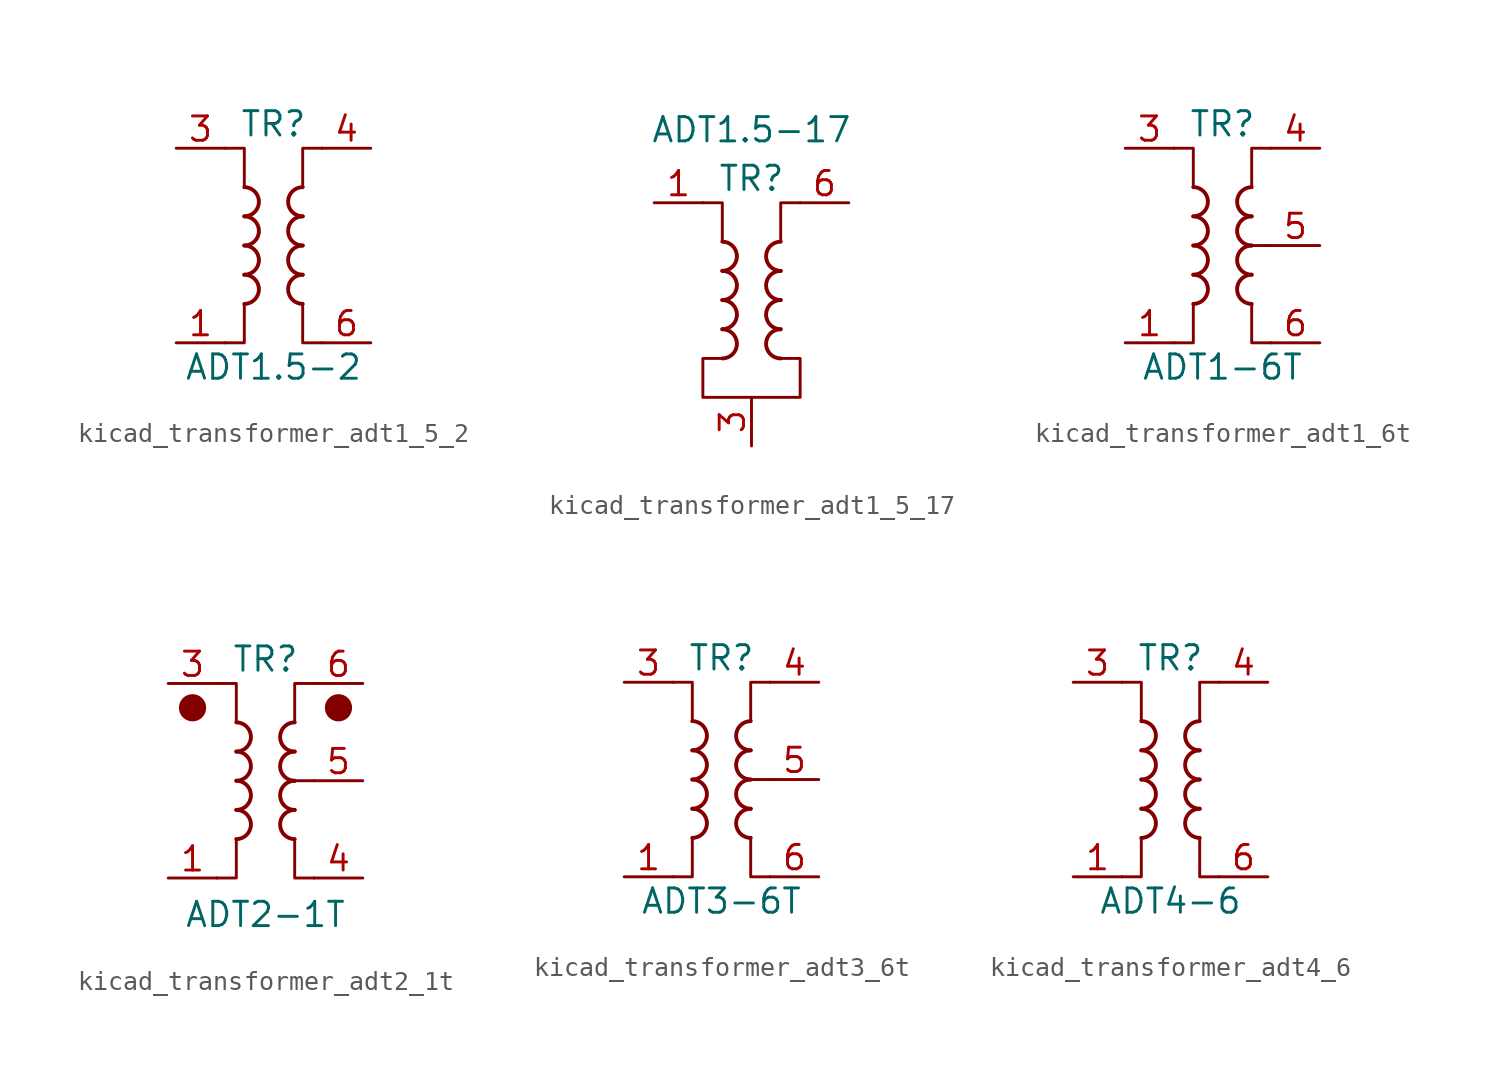
<source format=kicad_sym>
(kicad_symbol_lib
  (version 20220914)
  (generator kicad_symbol_editor)
  (symbol "kicad_transformer_adt1_5_2"
    (pin_names hide)
    (property "Reference" "TR"
      (at 0 6.35 0)
      (effects (font (size 1.27 1.27))))
    (property "Value" "ADT1.5-2"
      (at 0 -6.35 0)
      (effects (font (size 1.27 1.27))))
    (symbol "kicad_transformer_adt1_5_2_0_1"
      (arc (start -1.524 -3.048) (mid -0.7653 -2.286) (end -1.524 -1.524) (stroke (width 0.2032) (type default)) (fill (type none)))
      (arc (start -1.524 -1.524) (mid -0.7653 -0.762) (end -1.524 0) (stroke (width 0.2032) (type default)) (fill (type none)))
      (arc (start -1.524 0) (mid -0.7653 0.762) (end -1.524 1.524) (stroke (width 0.2032) (type default)) (fill (type none)))
      (arc (start -1.524 1.524) (mid -0.7653 2.286) (end -1.524 3.048) (stroke (width 0.2032) (type default)) (fill (type none)))
      (polyline (pts (xy -2.54 5.08) (xy -1.524 5.08) (xy -1.524 3.048)) (stroke (width 0.152) (type default)) (fill (type none)))
      (polyline (pts (xy -1.524 -3.048) (xy -1.524 -5.08) (xy -2.54 -5.08)) (stroke (width 0.152) (type default)) (fill (type none)))
      (polyline (pts (xy 1.524 3.048) (xy 1.524 5.08) (xy 2.54 5.08)) (stroke (width 0.152) (type default)) (fill (type none)))
      (polyline (pts (xy 2.54 -5.08) (xy 1.524 -5.08) (xy 1.524 -3.048)) (stroke (width 0.152) (type default)) (fill (type none)))
      (arc (start 1.524 -1.524) (mid 0.7653 -2.286) (end 1.524 -3.048) (stroke (width 0.2032) (type default)) (fill (type none)))
      (arc (start 1.524 0) (mid 0.7653 -0.762) (end 1.524 -1.524) (stroke (width 0.2032) (type default)) (fill (type none)))
      (arc (start 1.524 1.524) (mid 0.7653 0.762) (end 1.524 0) (stroke (width 0.2032) (type default)) (fill (type none)))
      (arc (start 1.524 3.048) (mid 0.7653 2.286) (end 1.524 1.524) (stroke (width 0.2032) (type default)) (fill (type none))))
    (symbol "kicad_transformer_adt1_5_2_1_1"
      (pin passive line (at -5.08 -5.08 0) (length 2.54) (name "~" (effects (font (size 1.27 1.27)))) (number "1" (effects (font (size 1.27 1.27)))))
      (pin passive line (at -5.08 5.08 0) (length 2.54) (name "~" (effects (font (size 1.27 1.27)))) (number "3" (effects (font (size 1.27 1.27)))))
      (pin passive line (at 5.08 5.08 180) (length 2.54) (name "~" (effects (font (size 1.27 1.27)))) (number "4" (effects (font (size 1.27 1.27)))))
      (pin passive line (at 5.08 -5.08 180) (length 2.54) (name "~" (effects (font (size 1.27 1.27)))) (number "6" (effects (font (size 1.27 1.27)))))))
  (symbol "kicad_transformer_adt1_5_17"
    (pin_names hide)
    (property "Reference" "TR"
      (at 0 6.35 0)
      (effects (font (size 1.27 1.27))))
    (property "Value" "ADT1.5-17"
      (at 0 8.89 0)
      (effects (font (size 1.27 1.27))))
    (symbol "kicad_transformer_adt1_5_17_0_1"
      (arc (start -1.524 -3.048) (mid -0.7653 -2.286) (end -1.524 -1.524) (stroke (width 0.2032) (type default)) (fill (type none)))
      (arc (start -1.524 -1.524) (mid -0.7653 -0.762) (end -1.524 0) (stroke (width 0.2032) (type default)) (fill (type none)))
      (arc (start -1.524 0) (mid -0.7653 0.762) (end -1.524 1.524) (stroke (width 0.2032) (type default)) (fill (type none)))
      (arc (start -1.524 1.524) (mid -0.7653 2.286) (end -1.524 3.048) (stroke (width 0.2032) (type default)) (fill (type none)))
      (polyline (pts (xy -2.54 5.08) (xy -1.524 5.08) (xy -1.524 3.048)) (stroke (width 0.152) (type default)) (fill (type none)))
      (polyline (pts (xy 1.524 3.048) (xy 1.524 5.08) (xy 2.54 5.08)) (stroke (width 0.152) (type default)) (fill (type none)))
      (polyline (pts (xy -1.524 -3.048) (xy -2.54 -3.048) (xy -2.54 -5.08) (xy 2.54 -5.08) (xy 2.54 -3.048) (xy 1.524 -3.048)) (stroke (width 0) (type default)) (fill (type none)))
      (arc (start 1.524 -1.524) (mid 0.7653 -2.286) (end 1.524 -3.048) (stroke (width 0.2032) (type default)) (fill (type none)))
      (arc (start 1.524 0) (mid 0.7653 -0.762) (end 1.524 -1.524) (stroke (width 0.2032) (type default)) (fill (type none)))
      (arc (start 1.524 1.524) (mid 0.7653 0.762) (end 1.524 0) (stroke (width 0.2032) (type default)) (fill (type none)))
      (arc (start 1.524 3.048) (mid 0.7653 2.286) (end 1.524 1.524) (stroke (width 0.2032) (type default)) (fill (type none))))
    (symbol "kicad_transformer_adt1_5_17_1_1"
      (pin passive line (at -5.08 5.08 0) (length 2.54) (name "~" (effects (font (size 1.27 1.27)))) (number "1" (effects (font (size 1.27 1.27)))))
      (pin passive line (at 0 -7.62 90) (length 2.54) (name "~" (effects (font (size 1.27 1.27)))) (number "3" (effects (font (size 1.27 1.27)))))
      (pin passive line (at 5.08 5.08 180) (length 2.54) (name "~" (effects (font (size 1.27 1.27)))) (number "6" (effects (font (size 1.27 1.27)))))))
  (symbol "kicad_transformer_adt1_6t"
    (pin_names hide)
    (property "Reference" "TR"
      (at 0 6.35 0)
      (effects (font (size 1.27 1.27))))
    (property "Value" "ADT1-6T"
      (at 0 -6.35 0)
      (effects (font (size 1.27 1.27))))
    (symbol "kicad_transformer_adt1_6t_0_1"
      (arc (start -1.524 -3.048) (mid -0.7653 -2.286) (end -1.524 -1.524) (stroke (width 0.2032) (type default)) (fill (type none)))
      (arc (start -1.524 -1.524) (mid -0.7653 -0.762) (end -1.524 0) (stroke (width 0.2032) (type default)) (fill (type none)))
      (arc (start -1.524 0) (mid -0.7653 0.762) (end -1.524 1.524) (stroke (width 0.2032) (type default)) (fill (type none)))
      (arc (start -1.524 1.524) (mid -0.7653 2.286) (end -1.524 3.048) (stroke (width 0.2032) (type default)) (fill (type none)))
      (polyline (pts (xy 2.54 0) (xy 1.27 0)) (stroke (width 0.152) (type default)) (fill (type none)))
      (polyline (pts (xy -2.54 5.08) (xy -1.524 5.08) (xy -1.524 3.048) (xy -1.524 3.048)) (stroke (width 0.152) (type default)) (fill (type none)))
      (polyline (pts (xy -1.524 -3.048) (xy -1.524 -5.08) (xy -2.54 -5.08) (xy -2.54 -5.08)) (stroke (width 0.152) (type default)) (fill (type none)))
      (polyline (pts (xy 1.524 3.048) (xy 1.524 5.08) (xy 2.54 5.08) (xy 2.54 5.08)) (stroke (width 0.152) (type default)) (fill (type none)))
      (polyline (pts (xy 2.54 -5.08) (xy 1.524 -5.08) (xy 1.524 -3.048) (xy 1.524 -3.048)) (stroke (width 0.152) (type default)) (fill (type none)))
      (arc (start 1.524 -1.524) (mid 0.7653 -2.286) (end 1.524 -3.048) (stroke (width 0.2032) (type default)) (fill (type none)))
      (arc (start 1.524 0) (mid 0.7653 -0.762) (end 1.524 -1.524) (stroke (width 0.2032) (type default)) (fill (type none)))
      (arc (start 1.524 1.524) (mid 0.7653 0.762) (end 1.524 0) (stroke (width 0.2032) (type default)) (fill (type none)))
      (arc (start 1.524 3.048) (mid 0.7653 2.286) (end 1.524 1.524) (stroke (width 0.2032) (type default)) (fill (type none))))
    (symbol "kicad_transformer_adt1_6t_1_1"
      (pin passive line (at -5.08 -5.08 0) (length 2.54) (name "~" (effects (font (size 1.27 1.27)))) (number "1" (effects (font (size 1.27 1.27)))))
      (pin passive line (at -5.08 5.08 0) (length 2.54) (name "~" (effects (font (size 1.27 1.27)))) (number "3" (effects (font (size 1.27 1.27)))))
      (pin passive line (at 5.08 5.08 180) (length 2.54) (name "~" (effects (font (size 1.27 1.27)))) (number "4" (effects (font (size 1.27 1.27)))))
      (pin passive line (at 5.08 0 180) (length 2.54) (name "~" (effects (font (size 1.27 1.27)))) (number "5" (effects (font (size 1.27 1.27)))))
      (pin passive line (at 5.08 -5.08 180) (length 2.54) (name "~" (effects (font (size 1.27 1.27)))) (number "6" (effects (font (size 1.27 1.27)))))))
  (symbol "kicad_transformer_adt2_1t"
    (pin_names hide)
    (property "Reference" "TR"
      (at 0 6.35 0)
      (effects (font (size 1.27 1.27))))
    (property "Value" "ADT2-1T"
      (at 0 -6.985 0)
      (effects (font (size 1.27 1.27))))
    (symbol "kicad_transformer_adt2_1t_0_1"
      (circle (center -3.81 3.81) (radius 0.635) (stroke (width 0) (type default)) (fill (type outline)))
      (arc (start -1.524 -3.048) (mid -0.7653 -2.286) (end -1.524 -1.524) (stroke (width 0.2032) (type default)) (fill (type none)))
      (arc (start -1.524 -1.524) (mid -0.7653 -0.762) (end -1.524 0) (stroke (width 0.2032) (type default)) (fill (type none)))
      (arc (start -1.524 0) (mid -0.7653 0.762) (end -1.524 1.524) (stroke (width 0.2032) (type default)) (fill (type none)))
      (arc (start -1.524 1.524) (mid -0.7653 2.286) (end -1.524 3.048) (stroke (width 0.2032) (type default)) (fill (type none)))
      (polyline (pts (xy 2.54 0) (xy 1.27 0)) (stroke (width 0.152) (type default)) (fill (type none)))
      (polyline (pts (xy -2.54 5.08) (xy -1.524 5.08) (xy -1.524 3.048)) (stroke (width 0.152) (type default)) (fill (type none)))
      (polyline (pts (xy -1.524 -3.048) (xy -1.524 -5.08) (xy -2.54 -5.08)) (stroke (width 0.152) (type default)) (fill (type none)))
      (polyline (pts (xy 1.524 3.048) (xy 1.524 5.08) (xy 2.54 5.08)) (stroke (width 0.152) (type default)) (fill (type none)))
      (polyline (pts (xy 2.54 -5.08) (xy 1.524 -5.08) (xy 1.524 -3.048)) (stroke (width 0.152) (type default)) (fill (type none)))
      (arc (start 1.524 -1.524) (mid 0.7653 -2.286) (end 1.524 -3.048) (stroke (width 0.2032) (type default)) (fill (type none)))
      (arc (start 1.524 0) (mid 0.7653 -0.762) (end 1.524 -1.524) (stroke (width 0.2032) (type default)) (fill (type none)))
      (arc (start 1.524 1.524) (mid 0.7653 0.762) (end 1.524 0) (stroke (width 0.2032) (type default)) (fill (type none)))
      (arc (start 1.524 3.048) (mid 0.7653 2.286) (end 1.524 1.524) (stroke (width 0.2032) (type default)) (fill (type none)))
      (circle (center 3.81 3.81) (radius 0.635) (stroke (width 0) (type default)) (fill (type outline))))
    (symbol "kicad_transformer_adt2_1t_1_1"
      (pin passive line (at -5.08 -5.08 0) (length 2.54) (name "~" (effects (font (size 1.27 1.27)))) (number "1" (effects (font (size 1.27 1.27)))))
      (pin no_connect line (at -2.54 0 0) (length 2.54) hide (name "~" (effects (font (size 1.27 1.27)))) (number "2" (effects (font (size 1.27 1.27)))))
      (pin passive line (at -5.08 5.08 0) (length 2.54) (name "~" (effects (font (size 1.27 1.27)))) (number "3" (effects (font (size 1.27 1.27)))))
      (pin passive line (at 5.08 -5.08 180) (length 2.54) (name "~" (effects (font (size 1.27 1.27)))) (number "4" (effects (font (size 1.27 1.27)))))
      (pin passive line (at 5.08 0 180) (length 2.54) (name "~" (effects (font (size 1.27 1.27)))) (number "5" (effects (font (size 1.27 1.27)))))
      (pin passive line (at 5.08 5.08 180) (length 2.54) (name "~" (effects (font (size 1.27 1.27)))) (number "6" (effects (font (size 1.27 1.27)))))))
  (symbol "kicad_transformer_adt3_6t"
    (pin_names hide)
    (property "Reference" "TR"
      (at 0 6.35 0)
      (effects (font (size 1.27 1.27))))
    (property "Value" "ADT3-6T"
      (at 0 -6.35 0)
      (effects (font (size 1.27 1.27))))
    (symbol "kicad_transformer_adt3_6t_0_1"
      (arc (start -1.524 -3.048) (mid -0.7653 -2.286) (end -1.524 -1.524) (stroke (width 0.2032) (type default)) (fill (type none)))
      (arc (start -1.524 -1.524) (mid -0.7653 -0.762) (end -1.524 0) (stroke (width 0.2032) (type default)) (fill (type none)))
      (arc (start -1.524 0) (mid -0.7653 0.762) (end -1.524 1.524) (stroke (width 0.2032) (type default)) (fill (type none)))
      (arc (start -1.524 1.524) (mid -0.7653 2.286) (end -1.524 3.048) (stroke (width 0.2032) (type default)) (fill (type none)))
      (polyline (pts (xy 2.54 0) (xy 1.27 0)) (stroke (width 0.152) (type default)) (fill (type none)))
      (polyline (pts (xy -2.54 5.08) (xy -1.524 5.08) (xy -1.524 3.048) (xy -1.524 3.048)) (stroke (width 0.152) (type default)) (fill (type none)))
      (polyline (pts (xy -1.524 -3.048) (xy -1.524 -5.08) (xy -2.54 -5.08) (xy -2.54 -5.08)) (stroke (width 0.152) (type default)) (fill (type none)))
      (polyline (pts (xy 1.524 3.048) (xy 1.524 5.08) (xy 2.54 5.08) (xy 2.54 5.08)) (stroke (width 0.152) (type default)) (fill (type none)))
      (polyline (pts (xy 2.54 -5.08) (xy 1.524 -5.08) (xy 1.524 -3.048) (xy 1.524 -3.048)) (stroke (width 0.152) (type default)) (fill (type none)))
      (arc (start 1.524 -1.524) (mid 0.7653 -2.286) (end 1.524 -3.048) (stroke (width 0.2032) (type default)) (fill (type none)))
      (arc (start 1.524 0) (mid 0.7653 -0.762) (end 1.524 -1.524) (stroke (width 0.2032) (type default)) (fill (type none)))
      (arc (start 1.524 1.524) (mid 0.7653 0.762) (end 1.524 0) (stroke (width 0.2032) (type default)) (fill (type none)))
      (arc (start 1.524 3.048) (mid 0.7653 2.286) (end 1.524 1.524) (stroke (width 0.2032) (type default)) (fill (type none))))
    (symbol "kicad_transformer_adt3_6t_1_1"
      (pin passive line (at -5.08 -5.08 0) (length 2.54) (name "~" (effects (font (size 1.27 1.27)))) (number "1" (effects (font (size 1.27 1.27)))))
      (pin passive line (at -5.08 5.08 0) (length 2.54) (name "~" (effects (font (size 1.27 1.27)))) (number "3" (effects (font (size 1.27 1.27)))))
      (pin passive line (at 5.08 5.08 180) (length 2.54) (name "~" (effects (font (size 1.27 1.27)))) (number "4" (effects (font (size 1.27 1.27)))))
      (pin passive line (at 5.08 0 180) (length 2.54) (name "~" (effects (font (size 1.27 1.27)))) (number "5" (effects (font (size 1.27 1.27)))))
      (pin passive line (at 5.08 -5.08 180) (length 2.54) (name "~" (effects (font (size 1.27 1.27)))) (number "6" (effects (font (size 1.27 1.27)))))))
  (symbol "kicad_transformer_adt4_6"
    (pin_names hide)
    (property "Reference" "TR"
      (at 0 6.35 0)
      (effects (font (size 1.27 1.27))))
    (property "Value" "ADT4-6"
      (at 0 -6.35 0)
      (effects (font (size 1.27 1.27))))
    (symbol "kicad_transformer_adt4_6_0_1"
      (arc (start -1.524 -3.048) (mid -0.7653 -2.286) (end -1.524 -1.524) (stroke (width 0.2032) (type default)) (fill (type none)))
      (arc (start -1.524 -1.524) (mid -0.7653 -0.762) (end -1.524 0) (stroke (width 0.2032) (type default)) (fill (type none)))
      (arc (start -1.524 0) (mid -0.7653 0.762) (end -1.524 1.524) (stroke (width 0.2032) (type default)) (fill (type none)))
      (arc (start -1.524 1.524) (mid -0.7653 2.286) (end -1.524 3.048) (stroke (width 0.2032) (type default)) (fill (type none)))
      (polyline (pts (xy -2.54 5.08) (xy -1.524 5.08) (xy -1.524 3.048)) (stroke (width 0.152) (type default)) (fill (type none)))
      (polyline (pts (xy -1.524 -3.048) (xy -1.524 -5.08) (xy -2.54 -5.08)) (stroke (width 0.152) (type default)) (fill (type none)))
      (polyline (pts (xy 1.524 3.048) (xy 1.524 5.08) (xy 2.54 5.08)) (stroke (width 0.152) (type default)) (fill (type none)))
      (polyline (pts (xy 2.54 -5.08) (xy 1.524 -5.08) (xy 1.524 -3.048)) (stroke (width 0.152) (type default)) (fill (type none)))
      (arc (start 1.524 -1.524) (mid 0.7653 -2.286) (end 1.524 -3.048) (stroke (width 0.2032) (type default)) (fill (type none)))
      (arc (start 1.524 0) (mid 0.7653 -0.762) (end 1.524 -1.524) (stroke (width 0.2032) (type default)) (fill (type none)))
      (arc (start 1.524 1.524) (mid 0.7653 0.762) (end 1.524 0) (stroke (width 0.2032) (type default)) (fill (type none)))
      (arc (start 1.524 3.048) (mid 0.7653 2.286) (end 1.524 1.524) (stroke (width 0.2032) (type default)) (fill (type none))))
    (symbol "kicad_transformer_adt4_6_1_1"
      (pin passive line (at -5.08 -5.08 0) (length 2.54) (name "~" (effects (font (size 1.27 1.27)))) (number "1" (effects (font (size 1.27 1.27)))))
      (pin passive line (at -5.08 5.08 0) (length 2.54) (name "~" (effects (font (size 1.27 1.27)))) (number "3" (effects (font (size 1.27 1.27)))))
      (pin passive line (at 5.08 5.08 180) (length 2.54) (name "~" (effects (font (size 1.27 1.27)))) (number "4" (effects (font (size 1.27 1.27)))))
      (pin passive line (at 5.08 -5.08 180) (length 2.54) (name "~" (effects (font (size 1.27 1.27)))) (number "6" (effects (font (size 1.27 1.27))))))))
</source>
